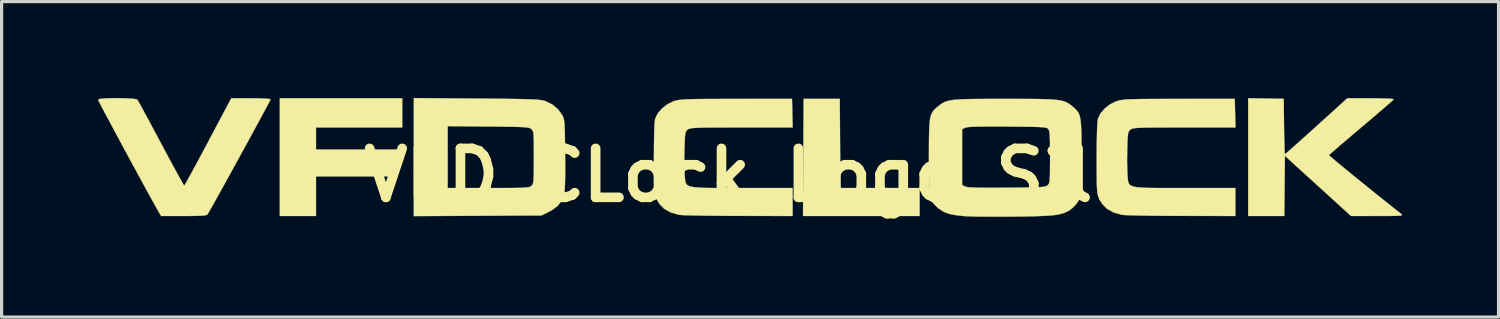
<source format=kicad_pcb>
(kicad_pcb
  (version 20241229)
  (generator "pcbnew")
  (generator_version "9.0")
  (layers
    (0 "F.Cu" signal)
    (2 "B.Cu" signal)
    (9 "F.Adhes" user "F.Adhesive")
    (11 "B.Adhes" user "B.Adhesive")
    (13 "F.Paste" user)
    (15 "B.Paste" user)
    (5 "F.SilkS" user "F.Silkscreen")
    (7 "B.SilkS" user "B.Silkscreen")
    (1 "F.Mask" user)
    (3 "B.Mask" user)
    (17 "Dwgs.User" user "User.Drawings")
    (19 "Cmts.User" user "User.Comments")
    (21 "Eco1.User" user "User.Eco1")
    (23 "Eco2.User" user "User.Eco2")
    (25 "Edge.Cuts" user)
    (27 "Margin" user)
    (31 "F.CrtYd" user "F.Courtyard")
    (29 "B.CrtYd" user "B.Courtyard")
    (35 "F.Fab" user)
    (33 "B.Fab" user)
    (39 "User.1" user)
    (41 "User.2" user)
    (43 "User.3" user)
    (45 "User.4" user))
  (footprint "VFD_CLock_Logo_Silk"
    (layer "F.Cu")
    (at 20.252 2.406)
    (property "Reference" "VFD_CLock_Logo_Silk" (at 0 0 0) (layer "F.SilkS") (effects (font (size 1.524 1.524) (thickness 0.3))))
    (attr through_hole)
    (fp_poly (pts (xy 2.858 -0.989) (xy 2.867 0.399) (xy 5.334 0.399) (xy 5.334 1.27) (xy 1.705 1.27) (xy 1.724 -2.377) (xy 2.848 -2.377) (xy 2.858 -0.989)) (stroke (width 0.01) (type solid)) (fill yes) (layer "F.SilkS"))
    (fp_poly (pts (xy -10.777 -1.488) (xy -13.462 -1.488) (xy -13.462 -0.798) (xy -10.922 -0.798) (xy -10.922 0.036) (xy -13.462 0.036) (xy -13.462 1.27) (xy -14.587 1.27) (xy -14.587 -2.395) (xy -10.777 -2.395) (xy -10.777 -1.488)) (stroke (width 0.01) (type solid)) (fill yes) (layer "F.SilkS"))
    (fp_poly (pts (xy 16.12 -2.387) (xy 16.673 -2.377) (xy 16.683 -1.515) (xy 16.686 -1.274) (xy 16.691 -1.058) (xy 16.696 -0.879) (xy 16.702 -0.746) (xy 16.707 -0.669) (xy 16.711 -0.653) (xy 16.741 -0.677) (xy 16.819 -0.743) (xy 16.938 -0.848) (xy 17.092 -0.985) (xy 17.276 -1.149) (xy 17.482 -1.335) (xy 17.692 -1.524) (xy 18.654 -2.395) (xy 19.381 -2.395) (xy 19.613 -2.393) (xy 19.81 -2.389) (xy 19.962 -2.382) (xy 20.061 -2.373) (xy 20.096 -2.363) (xy 20.096 -2.362) (xy 20.067 -2.332) (xy 19.988 -2.261) (xy 19.866 -2.154) (xy 19.707 -2.017) (xy 19.518 -1.855) (xy 19.305 -1.674) (xy 19.086 -1.489) (xy 18.857 -1.295) (xy 18.645 -1.115) (xy 18.458 -0.956) (xy 18.302 -0.821) (xy 18.183 -0.717) (xy 18.108 -0.65) (xy 18.082 -0.624) (xy 18.108 -0.598) (xy 18.184 -0.532) (xy 18.302 -0.432) (xy 18.457 -0.304) (xy 18.641 -0.153) (xy 18.846 0.016) (xy 19.067 0.195) (xy 19.297 0.381) (xy 19.528 0.567) (xy 19.753 0.748) (xy 19.966 0.918) (xy 20.16 1.072) (xy 20.327 1.203) (xy 20.33 1.206) (xy 20.353 1.226) (xy 20.357 1.241) (xy 20.335 1.252) (xy 20.279 1.26) (xy 20.181 1.265) (xy 20.032 1.268) (xy 19.826 1.269) (xy 19.591 1.269) (xy 18.77 1.27) (xy 16.71 -0.605) (xy 16.69 1.27) (xy 15.567 1.27) (xy 15.567 -2.397) (xy 16.12 -2.387)) (stroke (width 0.01) (type solid)) (fill yes) (layer "F.SilkS"))
    (fp_poly (pts (xy -8.464 -2.386) (xy -8.028 -2.383) (xy -7.66 -2.379) (xy -7.351 -2.375) (xy -7.097 -2.371) (xy -6.891 -2.366) (xy -6.726 -2.36) (xy -6.598 -2.352) (xy -6.5 -2.344) (xy -6.425 -2.334) (xy -6.367 -2.322) (xy -6.332 -2.312) (xy -6.11 -2.205) (xy -5.923 -2.05) (xy -5.796 -1.874) (xy -5.772 -1.828) (xy -5.754 -1.78) (xy -5.74 -1.721) (xy -5.729 -1.642) (xy -5.721 -1.535) (xy -5.715 -1.39) (xy -5.711 -1.2) (xy -5.707 -0.954) (xy -5.704 -0.653) (xy -5.702 -0.272) (xy -5.703 0.042) (xy -5.709 0.289) (xy -5.718 0.467) (xy -5.732 0.573) (xy -5.733 0.58) (xy -5.811 0.789) (xy -5.934 0.954) (xy -6.115 1.088) (xy -6.2 1.134) (xy -6.439 1.252) (xy -8.427 1.263) (xy -10.414 1.273) (xy -10.414 0.399) (xy -9.362 0.399) (xy -8.092 0.399) (xy -7.754 0.399) (xy -7.482 0.398) (xy -7.267 0.397) (xy -7.102 0.393) (xy -6.98 0.389) (xy -6.893 0.381) (xy -6.833 0.372) (xy -6.794 0.359) (xy -6.767 0.343) (xy -6.749 0.327) (xy -6.726 0.299) (xy -6.708 0.263) (xy -6.695 0.21) (xy -6.686 0.129) (xy -6.681 0.011) (xy -6.678 -0.154) (xy -6.677 -0.375) (xy -6.677 -0.557) (xy -6.677 -0.82) (xy -6.678 -1.02) (xy -6.682 -1.167) (xy -6.688 -1.271) (xy -6.698 -1.34) (xy -6.712 -1.385) (xy -6.732 -1.416) (xy -6.753 -1.437) (xy -6.777 -1.455) (xy -6.81 -1.47) (xy -6.858 -1.482) (xy -6.931 -1.492) (xy -7.034 -1.499) (xy -7.176 -1.504) (xy -7.363 -1.509) (xy -7.604 -1.512) (xy -7.907 -1.516) (xy -8.095 -1.517) (xy -9.362 -1.529) (xy -9.362 0.399) (xy -10.414 0.399) (xy -10.414 -2.401) (xy -8.464 -2.386)) (stroke (width 0.01) (type solid)) (fill yes) (layer "F.SilkS"))
    (fp_poly (pts (xy -19.461 -2.395) (xy -19.294 -2.389) (xy -19.156 -2.379) (xy -19.06 -2.365) (xy -19.023 -2.35) (xy -18.999 -2.309) (xy -18.944 -2.21) (xy -18.863 -2.062) (xy -18.76 -1.871) (xy -18.637 -1.644) (xy -18.5 -1.387) (xy -18.351 -1.109) (xy -18.287 -0.989) (xy -18.136 -0.705) (xy -17.994 -0.443) (xy -17.867 -0.208) (xy -17.758 -0.008) (xy -17.669 0.151) (xy -17.606 0.263) (xy -17.571 0.32) (xy -17.566 0.326) (xy -17.545 0.295) (xy -17.493 0.206) (xy -17.415 0.066) (xy -17.314 -0.118) (xy -17.194 -0.34) (xy -17.058 -0.593) (xy -16.909 -0.87) (xy -16.822 -1.035) (xy -16.1 -2.395) (xy -15.488 -2.395) (xy -15.285 -2.393) (xy -15.111 -2.388) (xy -14.977 -2.38) (xy -14.897 -2.37) (xy -14.877 -2.362) (xy -14.894 -2.326) (xy -14.942 -2.233) (xy -15.018 -2.09) (xy -15.118 -1.905) (xy -15.237 -1.685) (xy -15.372 -1.436) (xy -15.52 -1.166) (xy -15.675 -0.881) (xy -15.836 -0.589) (xy -15.996 -0.296) (xy -16.154 -0.009) (xy -16.304 0.263) (xy -16.444 0.516) (xy -16.569 0.74) (xy -16.675 0.931) (xy -16.759 1.079) (xy -16.817 1.179) (xy -16.845 1.224) (xy -16.845 1.225) (xy -16.881 1.242) (xy -16.96 1.254) (xy -17.091 1.263) (xy -17.28 1.268) (xy -17.533 1.27) (xy -17.582 1.27) (xy -18.282 1.27) (xy -18.353 1.152) (xy -18.403 1.064) (xy -18.481 0.926) (xy -18.581 0.745) (xy -18.701 0.528) (xy -18.836 0.282) (xy -18.982 0.013) (xy -19.136 -0.269) (xy -19.293 -0.56) (xy -19.451 -0.851) (xy -19.604 -1.136) (xy -19.75 -1.407) (xy -19.884 -1.658) (xy -20.003 -1.88) (xy -20.103 -2.068) (xy -20.179 -2.214) (xy -20.229 -2.311) (xy -20.247 -2.351) (xy -20.247 -2.352) (xy -20.214 -2.369) (xy -20.122 -2.382) (xy -19.986 -2.391) (xy -19.821 -2.397) (xy -19.641 -2.398) (xy -19.461 -2.395)) (stroke (width 0.01) (type solid)) (fill yes) (layer "F.SilkS"))
    (fp_poly (pts (xy 15.17 -1.488) (xy 13.576 -1.488) (xy 13.193 -1.488) (xy 12.876 -1.487) (xy 12.619 -1.486) (xy 12.414 -1.483) (xy 12.255 -1.48) (xy 12.135 -1.474) (xy 12.048 -1.467) (xy 11.987 -1.458) (xy 11.945 -1.447) (xy 11.917 -1.433) (xy 11.899 -1.42) (xy 11.866 -1.39) (xy 11.843 -1.352) (xy 11.827 -1.295) (xy 11.816 -1.206) (xy 11.808 -1.073) (xy 11.802 -0.884) (xy 11.8 -0.805) (xy 11.796 -0.585) (xy 11.796 -0.365) (xy 11.8 -0.166) (xy 11.807 -0.013) (xy 11.81 0.017) (xy 11.817 0.104) (xy 11.825 0.178) (xy 11.839 0.237) (xy 11.866 0.286) (xy 11.912 0.323) (xy 11.983 0.351) (xy 12.085 0.372) (xy 12.224 0.385) (xy 12.406 0.394) (xy 12.637 0.398) (xy 12.924 0.399) (xy 13.273 0.399) (xy 13.605 0.399) (xy 15.167 0.399) (xy 15.167 1.27) (xy 13.471 1.266) (xy 13.122 1.265) (xy 12.79 1.262) (xy 12.485 1.259) (xy 12.214 1.254) (xy 11.984 1.249) (xy 11.804 1.244) (xy 11.683 1.238) (xy 11.63 1.233) (xy 11.37 1.157) (xy 11.169 1.044) (xy 11.018 0.888) (xy 10.937 0.748) (xy 10.912 0.693) (xy 10.893 0.641) (xy 10.878 0.581) (xy 10.867 0.506) (xy 10.859 0.406) (xy 10.854 0.273) (xy 10.852 0.096) (xy 10.85 -0.132) (xy 10.85 -0.421) (xy 10.85 -0.526) (xy 10.851 -0.876) (xy 10.856 -1.176) (xy 10.862 -1.421) (xy 10.872 -1.606) (xy 10.883 -1.726) (xy 10.89 -1.76) (xy 10.968 -1.923) (xy 11.101 -2.078) (xy 11.271 -2.21) (xy 11.461 -2.302) (xy 11.485 -2.309) (xy 11.541 -2.325) (xy 11.602 -2.338) (xy 11.676 -2.348) (xy 11.769 -2.357) (xy 11.889 -2.363) (xy 12.042 -2.368) (xy 12.234 -2.372) (xy 12.474 -2.374) (xy 12.767 -2.375) (xy 13.121 -2.376) (xy 13.426 -2.376) (xy 15.149 -2.377) (xy 15.17 -1.488)) (stroke (width 0.01) (type solid)) (fill yes) (layer "F.SilkS"))
    (fp_poly (pts (xy 1.371 -1.932) (xy 1.381 -1.488) (xy -0.213 -1.488) (xy -0.595 -1.488) (xy -0.912 -1.487) (xy -1.17 -1.486) (xy -1.375 -1.483) (xy -1.534 -1.48) (xy -1.654 -1.474) (xy -1.741 -1.467) (xy -1.802 -1.458) (xy -1.843 -1.447) (xy -1.872 -1.433) (xy -1.89 -1.42) (xy -1.922 -1.39) (xy -1.945 -1.352) (xy -1.961 -1.295) (xy -1.972 -1.206) (xy -1.98 -1.073) (xy -1.987 -0.884) (xy -1.989 -0.805) (xy -1.993 -0.585) (xy -1.993 -0.365) (xy -1.989 -0.166) (xy -1.981 -0.013) (xy -1.979 0.017) (xy -1.972 0.104) (xy -1.964 0.178) (xy -1.95 0.237) (xy -1.923 0.286) (xy -1.877 0.323) (xy -1.806 0.351) (xy -1.704 0.372) (xy -1.565 0.385) (xy -1.383 0.394) (xy -1.151 0.398) (xy -0.864 0.399) (xy -0.516 0.399) (xy -0.183 0.399) (xy 1.379 0.399) (xy 1.379 1.27) (xy -0.318 1.266) (xy -0.667 1.265) (xy -0.998 1.262) (xy -1.303 1.259) (xy -1.575 1.254) (xy -1.804 1.249) (xy -1.984 1.244) (xy -2.106 1.238) (xy -2.159 1.233) (xy -2.418 1.157) (xy -2.62 1.044) (xy -2.771 0.888) (xy -2.852 0.748) (xy -2.877 0.693) (xy -2.896 0.641) (xy -2.911 0.581) (xy -2.922 0.506) (xy -2.929 0.406) (xy -2.934 0.273) (xy -2.937 0.096) (xy -2.938 -0.132) (xy -2.939 -0.421) (xy -2.939 -0.526) (xy -2.937 -0.876) (xy -2.933 -1.176) (xy -2.926 -1.421) (xy -2.917 -1.606) (xy -2.905 -1.726) (xy -2.899 -1.76) (xy -2.821 -1.923) (xy -2.688 -2.078) (xy -2.518 -2.21) (xy -2.328 -2.302) (xy -2.304 -2.309) (xy -2.248 -2.325) (xy -2.187 -2.338) (xy -2.113 -2.348) (xy -2.019 -2.357) (xy -1.9 -2.363) (xy -1.747 -2.368) (xy -1.554 -2.372) (xy -1.314 -2.374) (xy -1.021 -2.375) (xy -0.667 -2.376) (xy -0.363 -2.376) (xy 1.361 -2.377) (xy 1.371 -1.932)) (stroke (width 0.01) (type solid)) (fill yes) (layer "F.SilkS"))
    (fp_poly (pts (xy 8.41 -2.376) (xy 8.754 -2.375) (xy 9.039 -2.372) (xy 9.272 -2.367) (xy 9.46 -2.358) (xy 9.61 -2.344) (xy 9.73 -2.326) (xy 9.825 -2.302) (xy 9.903 -2.272) (xy 9.971 -2.233) (xy 10.036 -2.187) (xy 10.102 -2.134) (xy 10.174 -2.073) (xy 10.232 -2.013) (xy 10.278 -1.948) (xy 10.312 -1.868) (xy 10.338 -1.765) (xy 10.356 -1.631) (xy 10.367 -1.459) (xy 10.373 -1.239) (xy 10.376 -0.963) (xy 10.377 -0.624) (xy 10.377 -0.594) (xy 10.376 -0.31) (xy 10.375 -0.044) (xy 10.372 0.192) (xy 10.368 0.39) (xy 10.363 0.539) (xy 10.358 0.629) (xy 10.355 0.647) (xy 10.308 0.761) (xy 10.218 0.89) (xy 10.105 1.011) (xy 9.987 1.102) (xy 9.966 1.114) (xy 9.88 1.155) (xy 9.789 1.189) (xy 9.685 1.216) (xy 9.561 1.238) (xy 9.407 1.254) (xy 9.215 1.266) (xy 8.977 1.275) (xy 8.686 1.282) (xy 8.332 1.287) (xy 8.237 1.288) (xy 7.931 1.29) (xy 7.633 1.29) (xy 7.357 1.289) (xy 7.112 1.286) (xy 6.911 1.281) (xy 6.764 1.275) (xy 6.713 1.272) (xy 6.504 1.249) (xy 6.347 1.224) (xy 6.223 1.192) (xy 6.111 1.148) (xy 6.06 1.123) (xy 5.921 1.031) (xy 5.791 0.908) (xy 5.693 0.776) (xy 5.663 0.714) (xy 5.651 0.645) (xy 5.641 0.508) (xy 5.634 0.306) (xy 5.629 0.045) (xy 5.626 -0.273) (xy 5.625 -0.556) (xy 5.626 -0.906) (xy 5.628 -1.191) (xy 5.634 -1.42) (xy 5.634 -1.431) (xy 6.658 -1.431) (xy 6.658 0.306) (xy 6.749 0.353) (xy 6.793 0.366) (xy 6.869 0.377) (xy 6.986 0.384) (xy 7.148 0.389) (xy 7.362 0.392) (xy 7.635 0.392) (xy 7.974 0.391) (xy 8.043 0.39) (xy 8.371 0.388) (xy 8.635 0.385) (xy 8.842 0.381) (xy 8.999 0.376) (xy 9.114 0.369) (xy 9.196 0.361) (xy 9.252 0.35) (xy 9.289 0.335) (xy 9.315 0.318) (xy 9.322 0.312) (xy 9.347 0.286) (xy 9.365 0.254) (xy 9.379 0.205) (xy 9.388 0.131) (xy 9.394 0.02) (xy 9.397 -0.136) (xy 9.398 -0.347) (xy 9.398 -0.561) (xy 9.397 -0.838) (xy 9.394 -1.05) (xy 9.388 -1.207) (xy 9.379 -1.318) (xy 9.366 -1.389) (xy 9.349 -1.432) (xy 9.347 -1.435) (xy 9.329 -1.454) (xy 9.304 -1.47) (xy 9.263 -1.482) (xy 9.198 -1.491) (xy 9.102 -1.498) (xy 8.968 -1.504) (xy 8.788 -1.508) (xy 8.555 -1.511) (xy 8.261 -1.514) (xy 8.067 -1.515) (xy 7.713 -1.517) (xy 7.425 -1.517) (xy 7.197 -1.515) (xy 7.023 -1.511) (xy 6.896 -1.504) (xy 6.809 -1.494) (xy 6.758 -1.482) (xy 6.749 -1.478) (xy 6.658 -1.431) (xy 5.634 -1.431) (xy 5.644 -1.6) (xy 5.66 -1.74) (xy 5.683 -1.848) (xy 5.716 -1.931) (xy 5.758 -1.999) (xy 5.812 -2.058) (xy 5.879 -2.117) (xy 5.9 -2.134) (xy 5.968 -2.189) (xy 6.033 -2.235) (xy 6.101 -2.273) (xy 6.18 -2.303) (xy 6.276 -2.327) (xy 6.396 -2.345) (xy 6.548 -2.358) (xy 6.738 -2.367) (xy 6.972 -2.372) (xy 7.259 -2.375) (xy 7.605 -2.377) (xy 8.001 -2.377) (xy 8.41 -2.376)) (stroke (width 0.01) (type solid)) (fill yes) (layer "F.SilkS")))
  (gr_rect
    (start -3 -3)
    (end 43.615 6.824)
    (stroke (width 0.1) (type default))
    (fill no)
    (layer "Edge.Cuts")))
</source>
